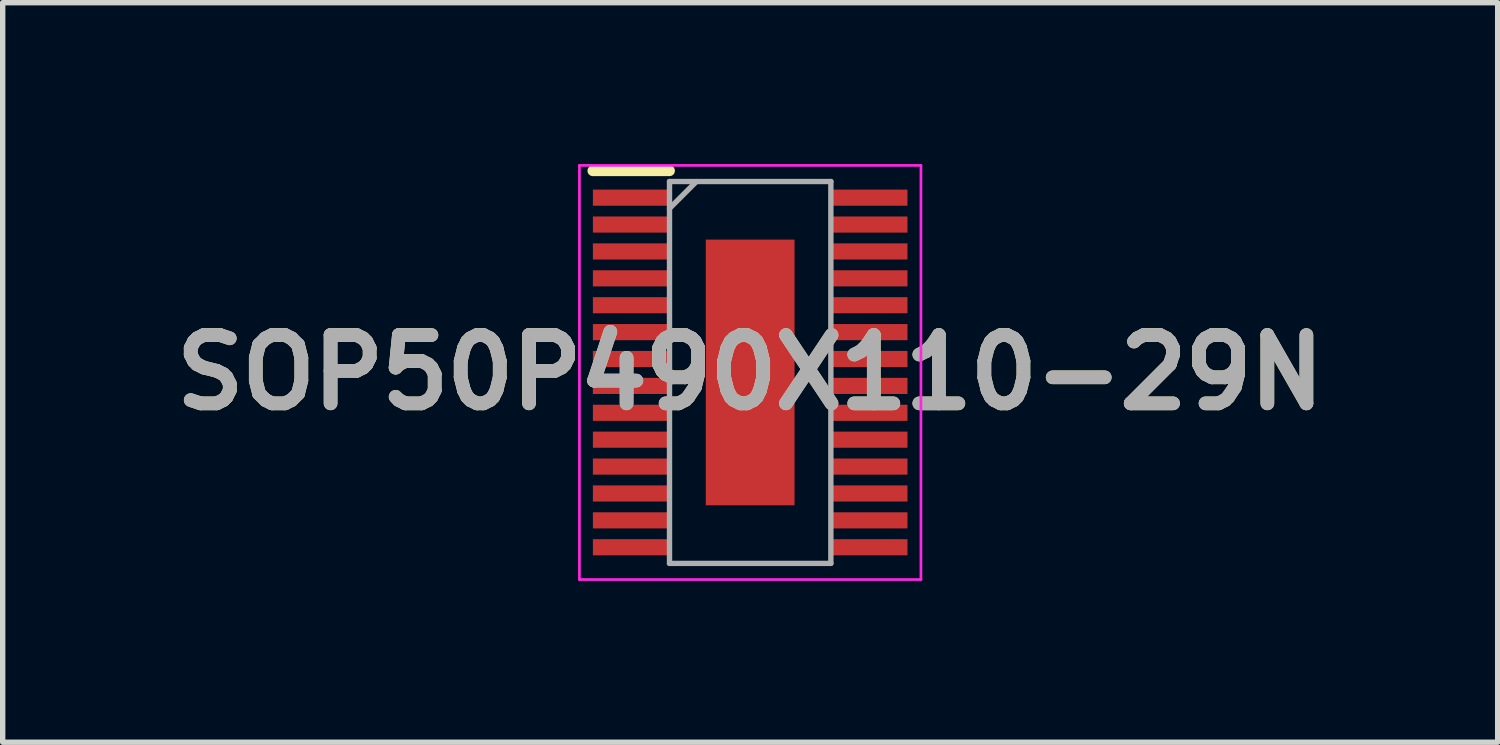
<source format=kicad_pcb>
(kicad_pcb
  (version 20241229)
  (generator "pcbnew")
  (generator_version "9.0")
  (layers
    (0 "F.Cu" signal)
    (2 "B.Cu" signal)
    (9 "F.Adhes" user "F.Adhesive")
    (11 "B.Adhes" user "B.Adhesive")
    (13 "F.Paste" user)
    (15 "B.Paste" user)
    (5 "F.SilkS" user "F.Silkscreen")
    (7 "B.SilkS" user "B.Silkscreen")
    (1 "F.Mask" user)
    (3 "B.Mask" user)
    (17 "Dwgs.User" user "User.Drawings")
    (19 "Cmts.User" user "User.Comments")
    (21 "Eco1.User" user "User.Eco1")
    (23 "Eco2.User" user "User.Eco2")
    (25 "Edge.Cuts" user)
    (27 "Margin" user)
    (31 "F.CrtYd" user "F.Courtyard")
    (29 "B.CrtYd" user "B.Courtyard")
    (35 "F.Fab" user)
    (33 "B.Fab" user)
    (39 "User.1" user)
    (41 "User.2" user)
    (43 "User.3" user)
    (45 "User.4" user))
  (footprint "SOP50P490X110-29N"
    (layer "F.Cu")
    (at 10.898 3.875)
    (property "Reference" "SOP50P490X110-29N" (at 0 0 0) (layer "F.SilkS") (effects (font (size 1.27 1.27) (thickness 0.254))))
    (attr smd)
    (fp_line (start -2.925 -3.75) (end -1.5 -3.75) (stroke (width 0.2) (type solid)) (layer "F.SilkS"))
    (fp_line (start -3.175 -3.85) (end 3.175 -3.85) (stroke (width 0.05) (type solid)) (layer "F.CrtYd"))
    (fp_line (start -3.175 3.85) (end -3.175 -3.85) (stroke (width 0.05) (type solid)) (layer "F.CrtYd"))
    (fp_line (start 3.175 -3.85) (end 3.175 3.85) (stroke (width 0.05) (type solid)) (layer "F.CrtYd"))
    (fp_line (start 3.175 3.85) (end -3.175 3.85) (stroke (width 0.05) (type solid)) (layer "F.CrtYd"))
    (fp_line (start -1.5 -3.55) (end 1.5 -3.55) (stroke (width 0.1) (type solid)) (layer "F.Fab"))
    (fp_line (start -1.5 -3.05) (end -1 -3.55) (stroke (width 0.1) (type solid)) (layer "F.Fab"))
    (fp_line (start -1.5 3.55) (end -1.5 -3.55) (stroke (width 0.1) (type solid)) (layer "F.Fab"))
    (fp_line (start 1.5 -3.55) (end 1.5 3.55) (stroke (width 0.1) (type solid)) (layer "F.Fab"))
    (fp_line (start 1.5 3.55) (end -1.5 3.55) (stroke (width 0.1) (type solid)) (layer "F.Fab"))
    (fp_text user "${REFERENCE}" (at 0 0 0) (layer "F.Fab") (effects (font (size 1.27 1.27) (thickness 0.254))))
    (pad "1" smd rect (at -2.212 -3.25 90) (size 0.3 1.425) (layers "F.Cu" "F.Mask" "F.Paste"))
    (pad "2" smd rect (at -2.212 -2.75 90) (size 0.3 1.425) (layers "F.Cu" "F.Mask" "F.Paste"))
    (pad "3" smd rect (at -2.212 -2.25 90) (size 0.3 1.425) (layers "F.Cu" "F.Mask" "F.Paste"))
    (pad "4" smd rect (at -2.212 -1.75 90) (size 0.3 1.425) (layers "F.Cu" "F.Mask" "F.Paste"))
    (pad "5" smd rect (at -2.212 -1.25 90) (size 0.3 1.425) (layers "F.Cu" "F.Mask" "F.Paste"))
    (pad "6" smd rect (at -2.212 -0.75 90) (size 0.3 1.425) (layers "F.Cu" "F.Mask" "F.Paste"))
    (pad "7" smd rect (at -2.212 -0.25 90) (size 0.3 1.425) (layers "F.Cu" "F.Mask" "F.Paste"))
    (pad "8" smd rect (at -2.212 0.25 90) (size 0.3 1.425) (layers "F.Cu" "F.Mask" "F.Paste"))
    (pad "9" smd rect (at -2.212 0.75 90) (size 0.3 1.425) (layers "F.Cu" "F.Mask" "F.Paste"))
    (pad "10" smd rect (at -2.212 1.25 90) (size 0.3 1.425) (layers "F.Cu" "F.Mask" "F.Paste"))
    (pad "11" smd rect (at -2.212 1.75 90) (size 0.3 1.425) (layers "F.Cu" "F.Mask" "F.Paste"))
    (pad "12" smd rect (at -2.212 2.25 90) (size 0.3 1.425) (layers "F.Cu" "F.Mask" "F.Paste"))
    (pad "13" smd rect (at -2.212 2.75 90) (size 0.3 1.425) (layers "F.Cu" "F.Mask" "F.Paste"))
    (pad "14" smd rect (at -2.212 3.25 90) (size 0.3 1.425) (layers "F.Cu" "F.Mask" "F.Paste"))
    (pad "15" smd rect (at 2.212 3.25 90) (size 0.3 1.425) (layers "F.Cu" "F.Mask" "F.Paste"))
    (pad "16" smd rect (at 2.212 2.75 90) (size 0.3 1.425) (layers "F.Cu" "F.Mask" "F.Paste"))
    (pad "17" smd rect (at 2.212 2.25 90) (size 0.3 1.425) (layers "F.Cu" "F.Mask" "F.Paste"))
    (pad "18" smd rect (at 2.212 1.75 90) (size 0.3 1.425) (layers "F.Cu" "F.Mask" "F.Paste"))
    (pad "19" smd rect (at 2.212 1.25 90) (size 0.3 1.425) (layers "F.Cu" "F.Mask" "F.Paste"))
    (pad "20" smd rect (at 2.212 0.75 90) (size 0.3 1.425) (layers "F.Cu" "F.Mask" "F.Paste"))
    (pad "21" smd rect (at 2.212 0.25 90) (size 0.3 1.425) (layers "F.Cu" "F.Mask" "F.Paste"))
    (pad "22" smd rect (at 2.212 -0.25 90) (size 0.3 1.425) (layers "F.Cu" "F.Mask" "F.Paste"))
    (pad "23" smd rect (at 2.212 -0.75 90) (size 0.3 1.425) (layers "F.Cu" "F.Mask" "F.Paste"))
    (pad "24" smd rect (at 2.212 -1.25 90) (size 0.3 1.425) (layers "F.Cu" "F.Mask" "F.Paste"))
    (pad "25" smd rect (at 2.212 -1.75 90) (size 0.3 1.425) (layers "F.Cu" "F.Mask" "F.Paste"))
    (pad "26" smd rect (at 2.212 -2.25 90) (size 0.3 1.425) (layers "F.Cu" "F.Mask" "F.Paste"))
    (pad "27" smd rect (at 2.212 -2.75 90) (size 0.3 1.425) (layers "F.Cu" "F.Mask" "F.Paste"))
    (pad "28" smd rect (at 2.212 -3.25 90) (size 0.3 1.425) (layers "F.Cu" "F.Mask" "F.Paste"))
    (pad "29" smd rect (at 0 0) (size 1.65 4.94) (layers "F.Cu" "F.Mask" "F.Paste")))
  (gr_rect
    (start -3 -3)
    (end 24.796 10.75)
    (stroke (width 0.1) (type default))
    (fill no)
    (layer "Edge.Cuts")))
</source>
